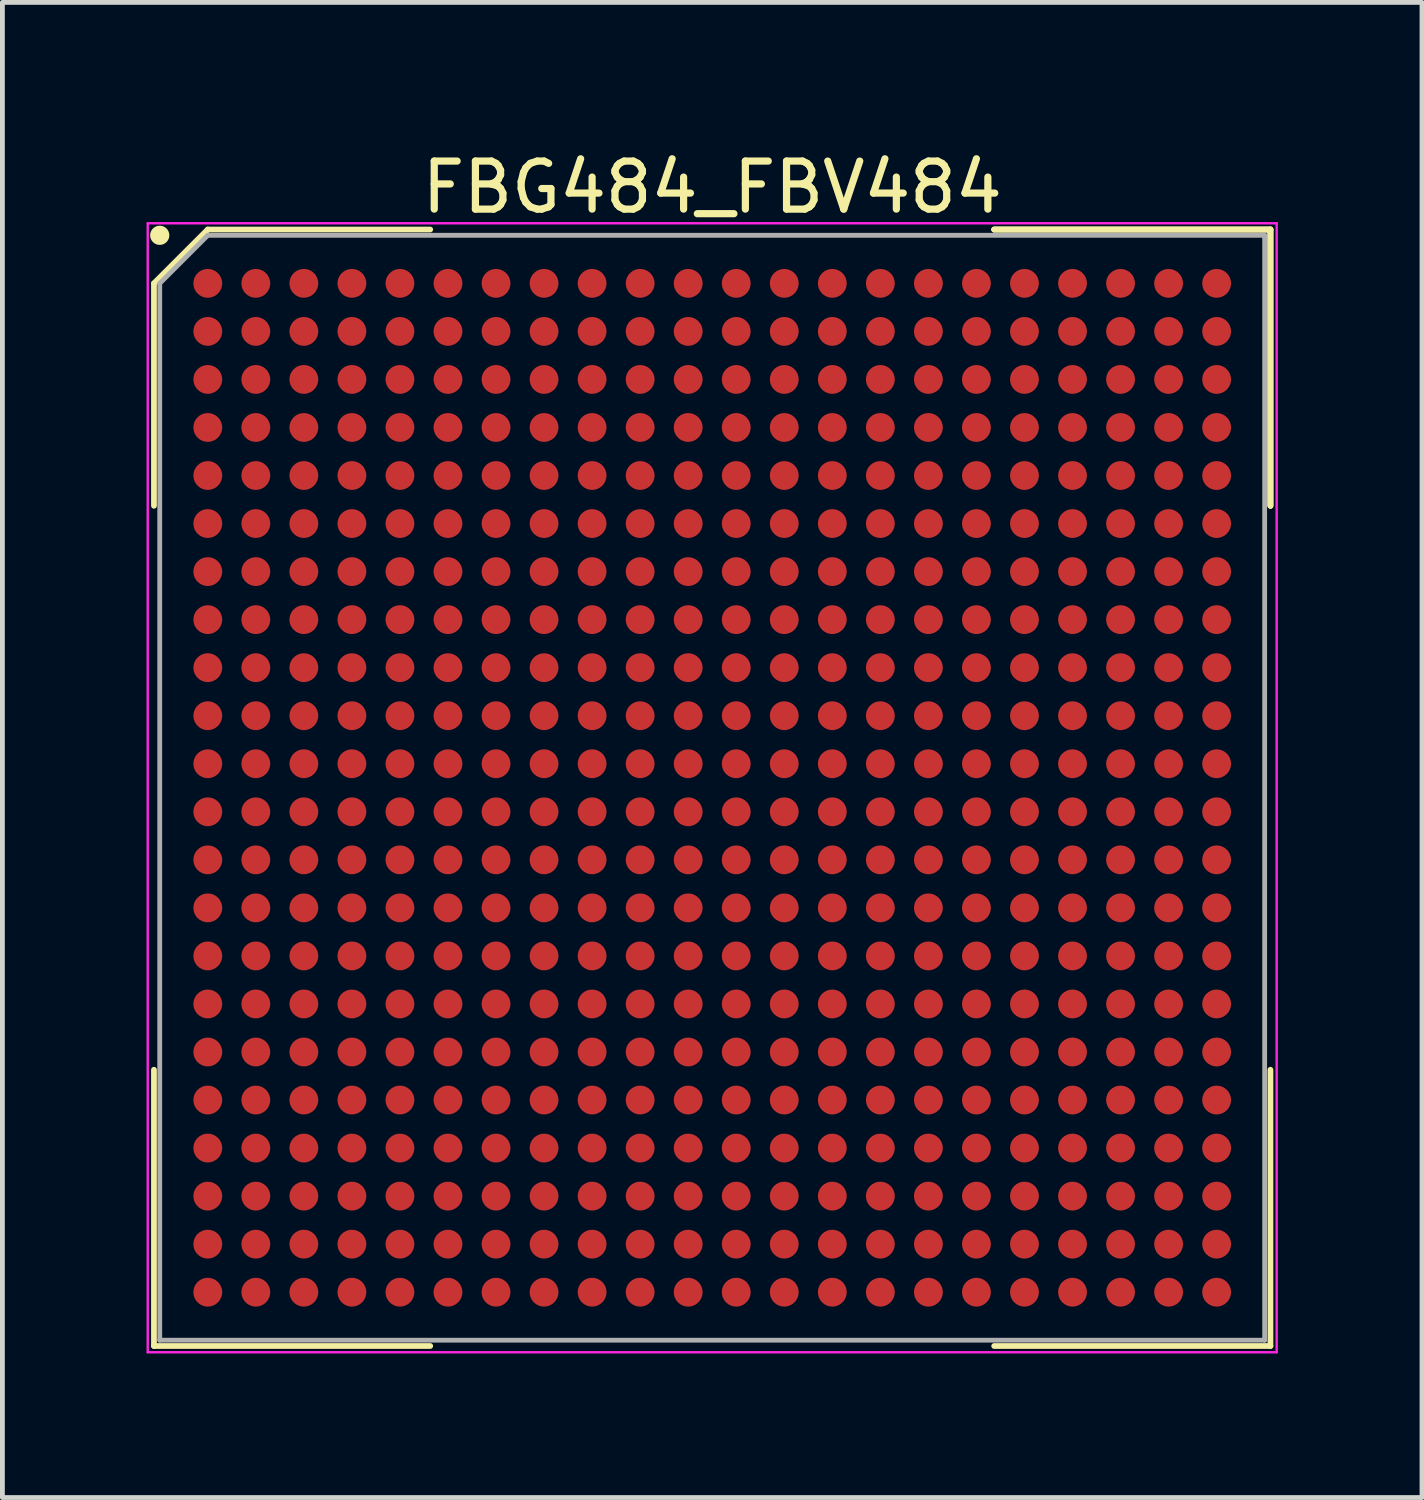
<source format=kicad_pcb>
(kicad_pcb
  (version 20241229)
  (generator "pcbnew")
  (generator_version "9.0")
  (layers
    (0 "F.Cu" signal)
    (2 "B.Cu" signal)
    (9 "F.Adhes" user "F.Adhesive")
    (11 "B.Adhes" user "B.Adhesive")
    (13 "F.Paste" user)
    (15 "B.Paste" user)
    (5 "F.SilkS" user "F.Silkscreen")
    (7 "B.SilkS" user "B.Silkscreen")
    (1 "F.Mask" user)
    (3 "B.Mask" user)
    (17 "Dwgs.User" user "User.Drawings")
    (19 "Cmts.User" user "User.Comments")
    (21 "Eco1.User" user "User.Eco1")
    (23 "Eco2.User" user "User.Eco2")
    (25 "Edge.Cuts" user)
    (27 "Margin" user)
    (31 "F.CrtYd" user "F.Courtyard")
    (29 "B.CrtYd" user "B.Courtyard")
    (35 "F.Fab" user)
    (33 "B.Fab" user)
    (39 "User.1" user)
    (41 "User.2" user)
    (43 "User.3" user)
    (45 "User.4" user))
  (footprint "FBG484_FBV484"
    (layer "F.Cu")
    (at 11.775 13.348)
    (property "Reference" "FBG484_FBV484" (at 0 -12.5 0) (layer "F.SilkS") (effects (font (size 1 1) (thickness 0.15))))
    (attr smd)
    (fp_line (start -11.62 -10.5) (end -11.62 -5.87) (stroke (width 0.12) (type solid)) (layer "F.SilkS"))
    (fp_line (start -11.62 11.62) (end -11.62 5.87) (stroke (width 0.12) (type solid)) (layer "F.SilkS"))
    (fp_line (start -10.5 -11.62) (end -11.62 -10.5) (stroke (width 0.12) (type solid)) (layer "F.SilkS"))
    (fp_line (start -5.87 -11.62) (end -10.5 -11.62) (stroke (width 0.12) (type solid)) (layer "F.SilkS"))
    (fp_line (start -5.87 11.62) (end -11.62 11.62) (stroke (width 0.12) (type solid)) (layer "F.SilkS"))
    (fp_line (start 5.87 -11.62) (end 11.62 -11.62) (stroke (width 0.12) (type solid)) (layer "F.SilkS"))
    (fp_line (start 5.87 -11.62) (end 11.62 -11.62) (stroke (width 0.12) (type solid)) (layer "F.SilkS"))
    (fp_line (start 5.87 -11.62) (end 11.62 -11.62) (stroke (width 0.12) (type solid)) (layer "F.SilkS"))
    (fp_line (start 5.87 11.62) (end 11.62 11.62) (stroke (width 0.12) (type solid)) (layer "F.SilkS"))
    (fp_line (start 11.62 -11.62) (end 11.62 -5.87) (stroke (width 0.12) (type solid)) (layer "F.SilkS"))
    (fp_line (start 11.62 -11.62) (end 11.62 -5.87) (stroke (width 0.12) (type solid)) (layer "F.SilkS"))
    (fp_line (start 11.62 -11.62) (end 11.62 -5.87) (stroke (width 0.12) (type solid)) (layer "F.SilkS"))
    (fp_line (start 11.62 11.62) (end 11.62 5.87) (stroke (width 0.12) (type solid)) (layer "F.SilkS"))
    (fp_circle (center -11.5 -11.5) (end -11.5 -11.4) (stroke (width 0.2) (type solid)) (fill no) (layer "F.SilkS"))
    (fp_line (start -11.75 -11.75) (end 11.75 -11.75) (stroke (width 0.05) (type solid)) (layer "F.CrtYd"))
    (fp_line (start -11.75 11.75) (end -11.75 -11.75) (stroke (width 0.05) (type solid)) (layer "F.CrtYd"))
    (fp_line (start 11.75 -11.75) (end 11.75 11.75) (stroke (width 0.05) (type solid)) (layer "F.CrtYd"))
    (fp_line (start 11.75 11.75) (end -11.75 11.75) (stroke (width 0.05) (type solid)) (layer "F.CrtYd"))
    (fp_line (start -11.5 -10.5) (end -11.5 11.5) (stroke (width 0.1) (type solid)) (layer "F.Fab"))
    (fp_line (start -11.5 11.5) (end 11.5 11.5) (stroke (width 0.1) (type solid)) (layer "F.Fab"))
    (fp_line (start -10.5 -11.5) (end -11.5 -10.5) (stroke (width 0.1) (type solid)) (layer "F.Fab"))
    (fp_line (start 11.5 -11.5) (end -10.5 -11.5) (stroke (width 0.1) (type solid)) (layer "F.Fab"))
    (fp_line (start 11.5 11.5) (end 11.5 -11.5) (stroke (width 0.1) (type solid)) (layer "F.Fab"))
    (pad "A1" smd circle (at -10.5 -10.5) (size 0.6 0.6) (layers "F.Cu" "F.Mask" "F.Paste"))
    (pad "A2" smd circle (at -9.5 -10.5) (size 0.6 0.6) (layers "F.Cu" "F.Mask" "F.Paste"))
    (pad "A3" smd circle (at -8.5 -10.5) (size 0.6 0.6) (layers "F.Cu" "F.Mask" "F.Paste"))
    (pad "A4" smd circle (at -7.5 -10.5) (size 0.6 0.6) (layers "F.Cu" "F.Mask" "F.Paste"))
    (pad "A5" smd circle (at -6.5 -10.5) (size 0.6 0.6) (layers "F.Cu" "F.Mask" "F.Paste"))
    (pad "A6" smd circle (at -5.5 -10.5) (size 0.6 0.6) (layers "F.Cu" "F.Mask" "F.Paste"))
    (pad "A7" smd circle (at -4.5 -10.5) (size 0.6 0.6) (layers "F.Cu" "F.Mask" "F.Paste"))
    (pad "A8" smd circle (at -3.5 -10.5) (size 0.6 0.6) (layers "F.Cu" "F.Mask" "F.Paste"))
    (pad "A9" smd circle (at -2.5 -10.5) (size 0.6 0.6) (layers "F.Cu" "F.Mask" "F.Paste"))
    (pad "A10" smd circle (at -1.5 -10.5) (size 0.6 0.6) (layers "F.Cu" "F.Mask" "F.Paste"))
    (pad "A11" smd circle (at -0.5 -10.5) (size 0.6 0.6) (layers "F.Cu" "F.Mask" "F.Paste"))
    (pad "A12" smd circle (at 0.5 -10.5) (size 0.6 0.6) (layers "F.Cu" "F.Mask" "F.Paste"))
    (pad "A13" smd circle (at 1.5 -10.5) (size 0.6 0.6) (layers "F.Cu" "F.Mask" "F.Paste"))
    (pad "A14" smd circle (at 2.5 -10.5) (size 0.6 0.6) (layers "F.Cu" "F.Mask" "F.Paste"))
    (pad "A15" smd circle (at 3.5 -10.5) (size 0.6 0.6) (layers "F.Cu" "F.Mask" "F.Paste"))
    (pad "A16" smd circle (at 4.5 -10.5) (size 0.6 0.6) (layers "F.Cu" "F.Mask" "F.Paste"))
    (pad "A17" smd circle (at 5.5 -10.5) (size 0.6 0.6) (layers "F.Cu" "F.Mask" "F.Paste"))
    (pad "A18" smd circle (at 6.5 -10.5) (size 0.6 0.6) (layers "F.Cu" "F.Mask" "F.Paste"))
    (pad "A19" smd circle (at 7.5 -10.5) (size 0.6 0.6) (layers "F.Cu" "F.Mask" "F.Paste"))
    (pad "A20" smd circle (at 8.5 -10.5) (size 0.6 0.6) (layers "F.Cu" "F.Mask" "F.Paste"))
    (pad "A21" smd circle (at 9.5 -10.5) (size 0.6 0.6) (layers "F.Cu" "F.Mask" "F.Paste"))
    (pad "A22" smd circle (at 10.5 -10.5) (size 0.6 0.6) (layers "F.Cu" "F.Mask" "F.Paste"))
    (pad "AA1" smd circle (at -10.5 9.5) (size 0.6 0.6) (layers "F.Cu" "F.Mask" "F.Paste"))
    (pad "AA2" smd circle (at -9.5 9.5) (size 0.6 0.6) (layers "F.Cu" "F.Mask" "F.Paste"))
    (pad "AA3" smd circle (at -8.5 9.5) (size 0.6 0.6) (layers "F.Cu" "F.Mask" "F.Paste"))
    (pad "AA4" smd circle (at -7.5 9.5) (size 0.6 0.6) (layers "F.Cu" "F.Mask" "F.Paste"))
    (pad "AA5" smd circle (at -6.5 9.5) (size 0.6 0.6) (layers "F.Cu" "F.Mask" "F.Paste"))
    (pad "AA6" smd circle (at -5.5 9.5) (size 0.6 0.6) (layers "F.Cu" "F.Mask" "F.Paste"))
    (pad "AA7" smd circle (at -4.5 9.5) (size 0.6 0.6) (layers "F.Cu" "F.Mask" "F.Paste"))
    (pad "AA8" smd circle (at -3.5 9.5) (size 0.6 0.6) (layers "F.Cu" "F.Mask" "F.Paste"))
    (pad "AA9" smd circle (at -2.5 9.5) (size 0.6 0.6) (layers "F.Cu" "F.Mask" "F.Paste"))
    (pad "AA10" smd circle (at -1.5 9.5) (size 0.6 0.6) (layers "F.Cu" "F.Mask" "F.Paste"))
    (pad "AA11" smd circle (at -0.5 9.5) (size 0.6 0.6) (layers "F.Cu" "F.Mask" "F.Paste"))
    (pad "AA12" smd circle (at 0.5 9.5) (size 0.6 0.6) (layers "F.Cu" "F.Mask" "F.Paste"))
    (pad "AA13" smd circle (at 1.5 9.5) (size 0.6 0.6) (layers "F.Cu" "F.Mask" "F.Paste"))
    (pad "AA14" smd circle (at 2.5 9.5) (size 0.6 0.6) (layers "F.Cu" "F.Mask" "F.Paste"))
    (pad "AA15" smd circle (at 3.5 9.5) (size 0.6 0.6) (layers "F.Cu" "F.Mask" "F.Paste"))
    (pad "AA16" smd circle (at 4.5 9.5) (size 0.6 0.6) (layers "F.Cu" "F.Mask" "F.Paste"))
    (pad "AA17" smd circle (at 5.5 9.5) (size 0.6 0.6) (layers "F.Cu" "F.Mask" "F.Paste"))
    (pad "AA18" smd circle (at 6.5 9.5) (size 0.6 0.6) (layers "F.Cu" "F.Mask" "F.Paste"))
    (pad "AA19" smd circle (at 7.5 9.5) (size 0.6 0.6) (layers "F.Cu" "F.Mask" "F.Paste"))
    (pad "AA20" smd circle (at 8.5 9.5) (size 0.6 0.6) (layers "F.Cu" "F.Mask" "F.Paste"))
    (pad "AA21" smd circle (at 9.5 9.5) (size 0.6 0.6) (layers "F.Cu" "F.Mask" "F.Paste"))
    (pad "AA22" smd circle (at 10.5 9.5) (size 0.6 0.6) (layers "F.Cu" "F.Mask" "F.Paste"))
    (pad "AB1" smd circle (at -10.5 10.5) (size 0.6 0.6) (layers "F.Cu" "F.Mask" "F.Paste"))
    (pad "AB2" smd circle (at -9.5 10.5) (size 0.6 0.6) (layers "F.Cu" "F.Mask" "F.Paste"))
    (pad "AB3" smd circle (at -8.5 10.5) (size 0.6 0.6) (layers "F.Cu" "F.Mask" "F.Paste"))
    (pad "AB4" smd circle (at -7.5 10.5) (size 0.6 0.6) (layers "F.Cu" "F.Mask" "F.Paste"))
    (pad "AB5" smd circle (at -6.5 10.5) (size 0.6 0.6) (layers "F.Cu" "F.Mask" "F.Paste"))
    (pad "AB6" smd circle (at -5.5 10.5) (size 0.6 0.6) (layers "F.Cu" "F.Mask" "F.Paste"))
    (pad "AB7" smd circle (at -4.5 10.5) (size 0.6 0.6) (layers "F.Cu" "F.Mask" "F.Paste"))
    (pad "AB8" smd circle (at -3.5 10.5) (size 0.6 0.6) (layers "F.Cu" "F.Mask" "F.Paste"))
    (pad "AB9" smd circle (at -2.5 10.5) (size 0.6 0.6) (layers "F.Cu" "F.Mask" "F.Paste"))
    (pad "AB10" smd circle (at -1.5 10.5) (size 0.6 0.6) (layers "F.Cu" "F.Mask" "F.Paste"))
    (pad "AB11" smd circle (at -0.5 10.5) (size 0.6 0.6) (layers "F.Cu" "F.Mask" "F.Paste"))
    (pad "AB12" smd circle (at 0.5 10.5) (size 0.6 0.6) (layers "F.Cu" "F.Mask" "F.Paste"))
    (pad "AB13" smd circle (at 1.5 10.5) (size 0.6 0.6) (layers "F.Cu" "F.Mask" "F.Paste"))
    (pad "AB14" smd circle (at 2.5 10.5) (size 0.6 0.6) (layers "F.Cu" "F.Mask" "F.Paste"))
    (pad "AB15" smd circle (at 3.5 10.5) (size 0.6 0.6) (layers "F.Cu" "F.Mask" "F.Paste"))
    (pad "AB16" smd circle (at 4.5 10.5) (size 0.6 0.6) (layers "F.Cu" "F.Mask" "F.Paste"))
    (pad "AB17" smd circle (at 5.5 10.5) (size 0.6 0.6) (layers "F.Cu" "F.Mask" "F.Paste"))
    (pad "AB18" smd circle (at 6.5 10.5) (size 0.6 0.6) (layers "F.Cu" "F.Mask" "F.Paste"))
    (pad "AB19" smd circle (at 7.5 10.5) (size 0.6 0.6) (layers "F.Cu" "F.Mask" "F.Paste"))
    (pad "AB20" smd circle (at 8.5 10.5) (size 0.6 0.6) (layers "F.Cu" "F.Mask" "F.Paste"))
    (pad "AB21" smd circle (at 9.5 10.5) (size 0.6 0.6) (layers "F.Cu" "F.Mask" "F.Paste"))
    (pad "AB22" smd circle (at 10.5 10.5) (size 0.6 0.6) (layers "F.Cu" "F.Mask" "F.Paste"))
    (pad "B1" smd circle (at -10.5 -9.5) (size 0.6 0.6) (layers "F.Cu" "F.Mask" "F.Paste"))
    (pad "B2" smd circle (at -9.5 -9.5) (size 0.6 0.6) (layers "F.Cu" "F.Mask" "F.Paste"))
    (pad "B3" smd circle (at -8.5 -9.5) (size 0.6 0.6) (layers "F.Cu" "F.Mask" "F.Paste"))
    (pad "B4" smd circle (at -7.5 -9.5) (size 0.6 0.6) (layers "F.Cu" "F.Mask" "F.Paste"))
    (pad "B5" smd circle (at -6.5 -9.5) (size 0.6 0.6) (layers "F.Cu" "F.Mask" "F.Paste"))
    (pad "B6" smd circle (at -5.5 -9.5) (size 0.6 0.6) (layers "F.Cu" "F.Mask" "F.Paste"))
    (pad "B7" smd circle (at -4.5 -9.5) (size 0.6 0.6) (layers "F.Cu" "F.Mask" "F.Paste"))
    (pad "B8" smd circle (at -3.5 -9.5) (size 0.6 0.6) (layers "F.Cu" "F.Mask" "F.Paste"))
    (pad "B9" smd circle (at -2.5 -9.5) (size 0.6 0.6) (layers "F.Cu" "F.Mask" "F.Paste"))
    (pad "B10" smd circle (at -1.5 -9.5) (size 0.6 0.6) (layers "F.Cu" "F.Mask" "F.Paste"))
    (pad "B11" smd circle (at -0.5 -9.5) (size 0.6 0.6) (layers "F.Cu" "F.Mask" "F.Paste"))
    (pad "B12" smd circle (at 0.5 -9.5) (size 0.6 0.6) (layers "F.Cu" "F.Mask" "F.Paste"))
    (pad "B13" smd circle (at 1.5 -9.5) (size 0.6 0.6) (layers "F.Cu" "F.Mask" "F.Paste"))
    (pad "B14" smd circle (at 2.5 -9.5) (size 0.6 0.6) (layers "F.Cu" "F.Mask" "F.Paste"))
    (pad "B15" smd circle (at 3.5 -9.5) (size 0.6 0.6) (layers "F.Cu" "F.Mask" "F.Paste"))
    (pad "B16" smd circle (at 4.5 -9.5) (size 0.6 0.6) (layers "F.Cu" "F.Mask" "F.Paste"))
    (pad "B17" smd circle (at 5.5 -9.5) (size 0.6 0.6) (layers "F.Cu" "F.Mask" "F.Paste"))
    (pad "B18" smd circle (at 6.5 -9.5) (size 0.6 0.6) (layers "F.Cu" "F.Mask" "F.Paste"))
    (pad "B19" smd circle (at 7.5 -9.5) (size 0.6 0.6) (layers "F.Cu" "F.Mask" "F.Paste"))
    (pad "B20" smd circle (at 8.5 -9.5) (size 0.6 0.6) (layers "F.Cu" "F.Mask" "F.Paste"))
    (pad "B21" smd circle (at 9.5 -9.5) (size 0.6 0.6) (layers "F.Cu" "F.Mask" "F.Paste"))
    (pad "B22" smd circle (at 10.5 -9.5) (size 0.6 0.6) (layers "F.Cu" "F.Mask" "F.Paste"))
    (pad "C1" smd circle (at -10.5 -8.5) (size 0.6 0.6) (layers "F.Cu" "F.Mask" "F.Paste"))
    (pad "C2" smd circle (at -9.5 -8.5) (size 0.6 0.6) (layers "F.Cu" "F.Mask" "F.Paste"))
    (pad "C3" smd circle (at -8.5 -8.5) (size 0.6 0.6) (layers "F.Cu" "F.Mask" "F.Paste"))
    (pad "C4" smd circle (at -7.5 -8.5) (size 0.6 0.6) (layers "F.Cu" "F.Mask" "F.Paste"))
    (pad "C5" smd circle (at -6.5 -8.5) (size 0.6 0.6) (layers "F.Cu" "F.Mask" "F.Paste"))
    (pad "C6" smd circle (at -5.5 -8.5) (size 0.6 0.6) (layers "F.Cu" "F.Mask" "F.Paste"))
    (pad "C7" smd circle (at -4.5 -8.5) (size 0.6 0.6) (layers "F.Cu" "F.Mask" "F.Paste"))
    (pad "C8" smd circle (at -3.5 -8.5) (size 0.6 0.6) (layers "F.Cu" "F.Mask" "F.Paste"))
    (pad "C9" smd circle (at -2.5 -8.5) (size 0.6 0.6) (layers "F.Cu" "F.Mask" "F.Paste"))
    (pad "C10" smd circle (at -1.5 -8.5) (size 0.6 0.6) (layers "F.Cu" "F.Mask" "F.Paste"))
    (pad "C11" smd circle (at -0.5 -8.5) (size 0.6 0.6) (layers "F.Cu" "F.Mask" "F.Paste"))
    (pad "C12" smd circle (at 0.5 -8.5) (size 0.6 0.6) (layers "F.Cu" "F.Mask" "F.Paste"))
    (pad "C13" smd circle (at 1.5 -8.5) (size 0.6 0.6) (layers "F.Cu" "F.Mask" "F.Paste"))
    (pad "C14" smd circle (at 2.5 -8.5) (size 0.6 0.6) (layers "F.Cu" "F.Mask" "F.Paste"))
    (pad "C15" smd circle (at 3.5 -8.5) (size 0.6 0.6) (layers "F.Cu" "F.Mask" "F.Paste"))
    (pad "C16" smd circle (at 4.5 -8.5) (size 0.6 0.6) (layers "F.Cu" "F.Mask" "F.Paste"))
    (pad "C17" smd circle (at 5.5 -8.5) (size 0.6 0.6) (layers "F.Cu" "F.Mask" "F.Paste"))
    (pad "C18" smd circle (at 6.5 -8.5) (size 0.6 0.6) (layers "F.Cu" "F.Mask" "F.Paste"))
    (pad "C19" smd circle (at 7.5 -8.5) (size 0.6 0.6) (layers "F.Cu" "F.Mask" "F.Paste"))
    (pad "C20" smd circle (at 8.5 -8.5) (size 0.6 0.6) (layers "F.Cu" "F.Mask" "F.Paste"))
    (pad "C21" smd circle (at 9.5 -8.5) (size 0.6 0.6) (layers "F.Cu" "F.Mask" "F.Paste"))
    (pad "C22" smd circle (at 10.5 -8.5) (size 0.6 0.6) (layers "F.Cu" "F.Mask" "F.Paste"))
    (pad "D1" smd circle (at -10.5 -7.5) (size 0.6 0.6) (layers "F.Cu" "F.Mask" "F.Paste"))
    (pad "D2" smd circle (at -9.5 -7.5) (size 0.6 0.6) (layers "F.Cu" "F.Mask" "F.Paste"))
    (pad "D3" smd circle (at -8.5 -7.5) (size 0.6 0.6) (layers "F.Cu" "F.Mask" "F.Paste"))
    (pad "D4" smd circle (at -7.5 -7.5) (size 0.6 0.6) (layers "F.Cu" "F.Mask" "F.Paste"))
    (pad "D5" smd circle (at -6.5 -7.5) (size 0.6 0.6) (layers "F.Cu" "F.Mask" "F.Paste"))
    (pad "D6" smd circle (at -5.5 -7.5) (size 0.6 0.6) (layers "F.Cu" "F.Mask" "F.Paste"))
    (pad "D7" smd circle (at -4.5 -7.5) (size 0.6 0.6) (layers "F.Cu" "F.Mask" "F.Paste"))
    (pad "D8" smd circle (at -3.5 -7.5) (size 0.6 0.6) (layers "F.Cu" "F.Mask" "F.Paste"))
    (pad "D9" smd circle (at -2.5 -7.5) (size 0.6 0.6) (layers "F.Cu" "F.Mask" "F.Paste"))
    (pad "D10" smd circle (at -1.5 -7.5) (size 0.6 0.6) (layers "F.Cu" "F.Mask" "F.Paste"))
    (pad "D11" smd circle (at -0.5 -7.5) (size 0.6 0.6) (layers "F.Cu" "F.Mask" "F.Paste"))
    (pad "D12" smd circle (at 0.5 -7.5) (size 0.6 0.6) (layers "F.Cu" "F.Mask" "F.Paste"))
    (pad "D13" smd circle (at 1.5 -7.5) (size 0.6 0.6) (layers "F.Cu" "F.Mask" "F.Paste"))
    (pad "D14" smd circle (at 2.5 -7.5) (size 0.6 0.6) (layers "F.Cu" "F.Mask" "F.Paste"))
    (pad "D15" smd circle (at 3.5 -7.5) (size 0.6 0.6) (layers "F.Cu" "F.Mask" "F.Paste"))
    (pad "D16" smd circle (at 4.5 -7.5) (size 0.6 0.6) (layers "F.Cu" "F.Mask" "F.Paste"))
    (pad "D17" smd circle (at 5.5 -7.5) (size 0.6 0.6) (layers "F.Cu" "F.Mask" "F.Paste"))
    (pad "D18" smd circle (at 6.5 -7.5) (size 0.6 0.6) (layers "F.Cu" "F.Mask" "F.Paste"))
    (pad "D19" smd circle (at 7.5 -7.5) (size 0.6 0.6) (layers "F.Cu" "F.Mask" "F.Paste"))
    (pad "D20" smd circle (at 8.5 -7.5) (size 0.6 0.6) (layers "F.Cu" "F.Mask" "F.Paste"))
    (pad "D21" smd circle (at 9.5 -7.5) (size 0.6 0.6) (layers "F.Cu" "F.Mask" "F.Paste"))
    (pad "D22" smd circle (at 10.5 -7.5) (size 0.6 0.6) (layers "F.Cu" "F.Mask" "F.Paste"))
    (pad "E1" smd circle (at -10.5 -6.5) (size 0.6 0.6) (layers "F.Cu" "F.Mask" "F.Paste"))
    (pad "E2" smd circle (at -9.5 -6.5) (size 0.6 0.6) (layers "F.Cu" "F.Mask" "F.Paste"))
    (pad "E3" smd circle (at -8.5 -6.5) (size 0.6 0.6) (layers "F.Cu" "F.Mask" "F.Paste"))
    (pad "E4" smd circle (at -7.5 -6.5) (size 0.6 0.6) (layers "F.Cu" "F.Mask" "F.Paste"))
    (pad "E5" smd circle (at -6.5 -6.5) (size 0.6 0.6) (layers "F.Cu" "F.Mask" "F.Paste"))
    (pad "E6" smd circle (at -5.5 -6.5) (size 0.6 0.6) (layers "F.Cu" "F.Mask" "F.Paste"))
    (pad "E7" smd circle (at -4.5 -6.5) (size 0.6 0.6) (layers "F.Cu" "F.Mask" "F.Paste"))
    (pad "E8" smd circle (at -3.5 -6.5) (size 0.6 0.6) (layers "F.Cu" "F.Mask" "F.Paste"))
    (pad "E9" smd circle (at -2.5 -6.5) (size 0.6 0.6) (layers "F.Cu" "F.Mask" "F.Paste"))
    (pad "E10" smd circle (at -1.5 -6.5) (size 0.6 0.6) (layers "F.Cu" "F.Mask" "F.Paste"))
    (pad "E11" smd circle (at -0.5 -6.5) (size 0.6 0.6) (layers "F.Cu" "F.Mask" "F.Paste"))
    (pad "E12" smd circle (at 0.5 -6.5) (size 0.6 0.6) (layers "F.Cu" "F.Mask" "F.Paste"))
    (pad "E13" smd circle (at 1.5 -6.5) (size 0.6 0.6) (layers "F.Cu" "F.Mask" "F.Paste"))
    (pad "E14" smd circle (at 2.5 -6.5) (size 0.6 0.6) (layers "F.Cu" "F.Mask" "F.Paste"))
    (pad "E15" smd circle (at 3.5 -6.5) (size 0.6 0.6) (layers "F.Cu" "F.Mask" "F.Paste"))
    (pad "E16" smd circle (at 4.5 -6.5) (size 0.6 0.6) (layers "F.Cu" "F.Mask" "F.Paste"))
    (pad "E17" smd circle (at 5.5 -6.5) (size 0.6 0.6) (layers "F.Cu" "F.Mask" "F.Paste"))
    (pad "E18" smd circle (at 6.5 -6.5) (size 0.6 0.6) (layers "F.Cu" "F.Mask" "F.Paste"))
    (pad "E19" smd circle (at 7.5 -6.5) (size 0.6 0.6) (layers "F.Cu" "F.Mask" "F.Paste"))
    (pad "E20" smd circle (at 8.5 -6.5) (size 0.6 0.6) (layers "F.Cu" "F.Mask" "F.Paste"))
    (pad "E21" smd circle (at 9.5 -6.5) (size 0.6 0.6) (layers "F.Cu" "F.Mask" "F.Paste"))
    (pad "E22" smd circle (at 10.5 -6.5) (size 0.6 0.6) (layers "F.Cu" "F.Mask" "F.Paste"))
    (pad "F1" smd circle (at -10.5 -5.5) (size 0.6 0.6) (layers "F.Cu" "F.Mask" "F.Paste"))
    (pad "F2" smd circle (at -9.5 -5.5) (size 0.6 0.6) (layers "F.Cu" "F.Mask" "F.Paste"))
    (pad "F3" smd circle (at -8.5 -5.5) (size 0.6 0.6) (layers "F.Cu" "F.Mask" "F.Paste"))
    (pad "F4" smd circle (at -7.5 -5.5) (size 0.6 0.6) (layers "F.Cu" "F.Mask" "F.Paste"))
    (pad "F5" smd circle (at -6.5 -5.5) (size 0.6 0.6) (layers "F.Cu" "F.Mask" "F.Paste"))
    (pad "F6" smd circle (at -5.5 -5.5) (size 0.6 0.6) (layers "F.Cu" "F.Mask" "F.Paste"))
    (pad "F7" smd circle (at -4.5 -5.5) (size 0.6 0.6) (layers "F.Cu" "F.Mask" "F.Paste"))
    (pad "F8" smd circle (at -3.5 -5.5) (size 0.6 0.6) (layers "F.Cu" "F.Mask" "F.Paste"))
    (pad "F9" smd circle (at -2.5 -5.5) (size 0.6 0.6) (layers "F.Cu" "F.Mask" "F.Paste"))
    (pad "F10" smd circle (at -1.5 -5.5) (size 0.6 0.6) (layers "F.Cu" "F.Mask" "F.Paste"))
    (pad "F11" smd circle (at -0.5 -5.5) (size 0.6 0.6) (layers "F.Cu" "F.Mask" "F.Paste"))
    (pad "F12" smd circle (at 0.5 -5.5) (size 0.6 0.6) (layers "F.Cu" "F.Mask" "F.Paste"))
    (pad "F13" smd circle (at 1.5 -5.5) (size 0.6 0.6) (layers "F.Cu" "F.Mask" "F.Paste"))
    (pad "F14" smd circle (at 2.5 -5.5) (size 0.6 0.6) (layers "F.Cu" "F.Mask" "F.Paste"))
    (pad "F15" smd circle (at 3.5 -5.5) (size 0.6 0.6) (layers "F.Cu" "F.Mask" "F.Paste"))
    (pad "F16" smd circle (at 4.5 -5.5) (size 0.6 0.6) (layers "F.Cu" "F.Mask" "F.Paste"))
    (pad "F17" smd circle (at 5.5 -5.5) (size 0.6 0.6) (layers "F.Cu" "F.Mask" "F.Paste"))
    (pad "F18" smd circle (at 6.5 -5.5) (size 0.6 0.6) (layers "F.Cu" "F.Mask" "F.Paste"))
    (pad "F19" smd circle (at 7.5 -5.5) (size 0.6 0.6) (layers "F.Cu" "F.Mask" "F.Paste"))
    (pad "F20" smd circle (at 8.5 -5.5) (size 0.6 0.6) (layers "F.Cu" "F.Mask" "F.Paste"))
    (pad "F21" smd circle (at 9.5 -5.5) (size 0.6 0.6) (layers "F.Cu" "F.Mask" "F.Paste"))
    (pad "F22" smd circle (at 10.5 -5.5) (size 0.6 0.6) (layers "F.Cu" "F.Mask" "F.Paste"))
    (pad "G1" smd circle (at -10.5 -4.5) (size 0.6 0.6) (layers "F.Cu" "F.Mask" "F.Paste"))
    (pad "G2" smd circle (at -9.5 -4.5) (size 0.6 0.6) (layers "F.Cu" "F.Mask" "F.Paste"))
    (pad "G3" smd circle (at -8.5 -4.5) (size 0.6 0.6) (layers "F.Cu" "F.Mask" "F.Paste"))
    (pad "G4" smd circle (at -7.5 -4.5) (size 0.6 0.6) (layers "F.Cu" "F.Mask" "F.Paste"))
    (pad "G5" smd circle (at -6.5 -4.5) (size 0.6 0.6) (layers "F.Cu" "F.Mask" "F.Paste"))
    (pad "G6" smd circle (at -5.5 -4.5) (size 0.6 0.6) (layers "F.Cu" "F.Mask" "F.Paste"))
    (pad "G7" smd circle (at -4.5 -4.5) (size 0.6 0.6) (layers "F.Cu" "F.Mask" "F.Paste"))
    (pad "G8" smd circle (at -3.5 -4.5) (size 0.6 0.6) (layers "F.Cu" "F.Mask" "F.Paste"))
    (pad "G9" smd circle (at -2.5 -4.5) (size 0.6 0.6) (layers "F.Cu" "F.Mask" "F.Paste"))
    (pad "G10" smd circle (at -1.5 -4.5) (size 0.6 0.6) (layers "F.Cu" "F.Mask" "F.Paste"))
    (pad "G11" smd circle (at -0.5 -4.5) (size 0.6 0.6) (layers "F.Cu" "F.Mask" "F.Paste"))
    (pad "G12" smd circle (at 0.5 -4.5) (size 0.6 0.6) (layers "F.Cu" "F.Mask" "F.Paste"))
    (pad "G13" smd circle (at 1.5 -4.5) (size 0.6 0.6) (layers "F.Cu" "F.Mask" "F.Paste"))
    (pad "G14" smd circle (at 2.5 -4.5) (size 0.6 0.6) (layers "F.Cu" "F.Mask" "F.Paste"))
    (pad "G15" smd circle (at 3.5 -4.5) (size 0.6 0.6) (layers "F.Cu" "F.Mask" "F.Paste"))
    (pad "G16" smd circle (at 4.5 -4.5) (size 0.6 0.6) (layers "F.Cu" "F.Mask" "F.Paste"))
    (pad "G17" smd circle (at 5.5 -4.5) (size 0.6 0.6) (layers "F.Cu" "F.Mask" "F.Paste"))
    (pad "G18" smd circle (at 6.5 -4.5) (size 0.6 0.6) (layers "F.Cu" "F.Mask" "F.Paste"))
    (pad "G19" smd circle (at 7.5 -4.5) (size 0.6 0.6) (layers "F.Cu" "F.Mask" "F.Paste"))
    (pad "G20" smd circle (at 8.5 -4.5) (size 0.6 0.6) (layers "F.Cu" "F.Mask" "F.Paste"))
    (pad "G21" smd circle (at 9.5 -4.5) (size 0.6 0.6) (layers "F.Cu" "F.Mask" "F.Paste"))
    (pad "G22" smd circle (at 10.5 -4.5) (size 0.6 0.6) (layers "F.Cu" "F.Mask" "F.Paste"))
    (pad "H1" smd circle (at -10.5 -3.5) (size 0.6 0.6) (layers "F.Cu" "F.Mask" "F.Paste"))
    (pad "H2" smd circle (at -9.5 -3.5) (size 0.6 0.6) (layers "F.Cu" "F.Mask" "F.Paste"))
    (pad "H3" smd circle (at -8.5 -3.5) (size 0.6 0.6) (layers "F.Cu" "F.Mask" "F.Paste"))
    (pad "H4" smd circle (at -7.5 -3.5) (size 0.6 0.6) (layers "F.Cu" "F.Mask" "F.Paste"))
    (pad "H5" smd circle (at -6.5 -3.5) (size 0.6 0.6) (layers "F.Cu" "F.Mask" "F.Paste"))
    (pad "H6" smd circle (at -5.5 -3.5) (size 0.6 0.6) (layers "F.Cu" "F.Mask" "F.Paste"))
    (pad "H7" smd circle (at -4.5 -3.5) (size 0.6 0.6) (layers "F.Cu" "F.Mask" "F.Paste"))
    (pad "H8" smd circle (at -3.5 -3.5) (size 0.6 0.6) (layers "F.Cu" "F.Mask" "F.Paste"))
    (pad "H9" smd circle (at -2.5 -3.5) (size 0.6 0.6) (layers "F.Cu" "F.Mask" "F.Paste"))
    (pad "H10" smd circle (at -1.5 -3.5) (size 0.6 0.6) (layers "F.Cu" "F.Mask" "F.Paste"))
    (pad "H11" smd circle (at -0.5 -3.5) (size 0.6 0.6) (layers "F.Cu" "F.Mask" "F.Paste"))
    (pad "H12" smd circle (at 0.5 -3.5) (size 0.6 0.6) (layers "F.Cu" "F.Mask" "F.Paste"))
    (pad "H13" smd circle (at 1.5 -3.5) (size 0.6 0.6) (layers "F.Cu" "F.Mask" "F.Paste"))
    (pad "H14" smd circle (at 2.5 -3.5) (size 0.6 0.6) (layers "F.Cu" "F.Mask" "F.Paste"))
    (pad "H15" smd circle (at 3.5 -3.5) (size 0.6 0.6) (layers "F.Cu" "F.Mask" "F.Paste"))
    (pad "H16" smd circle (at 4.5 -3.5) (size 0.6 0.6) (layers "F.Cu" "F.Mask" "F.Paste"))
    (pad "H17" smd circle (at 5.5 -3.5) (size 0.6 0.6) (layers "F.Cu" "F.Mask" "F.Paste"))
    (pad "H18" smd circle (at 6.5 -3.5) (size 0.6 0.6) (layers "F.Cu" "F.Mask" "F.Paste"))
    (pad "H19" smd circle (at 7.5 -3.5) (size 0.6 0.6) (layers "F.Cu" "F.Mask" "F.Paste"))
    (pad "H20" smd circle (at 8.5 -3.5) (size 0.6 0.6) (layers "F.Cu" "F.Mask" "F.Paste"))
    (pad "H21" smd circle (at 9.5 -3.5) (size 0.6 0.6) (layers "F.Cu" "F.Mask" "F.Paste"))
    (pad "H22" smd circle (at 10.5 -3.5) (size 0.6 0.6) (layers "F.Cu" "F.Mask" "F.Paste"))
    (pad "J1" smd circle (at -10.5 -2.5) (size 0.6 0.6) (layers "F.Cu" "F.Mask" "F.Paste"))
    (pad "J2" smd circle (at -9.5 -2.5) (size 0.6 0.6) (layers "F.Cu" "F.Mask" "F.Paste"))
    (pad "J3" smd circle (at -8.5 -2.5) (size 0.6 0.6) (layers "F.Cu" "F.Mask" "F.Paste"))
    (pad "J4" smd circle (at -7.5 -2.5) (size 0.6 0.6) (layers "F.Cu" "F.Mask" "F.Paste"))
    (pad "J5" smd circle (at -6.5 -2.5) (size 0.6 0.6) (layers "F.Cu" "F.Mask" "F.Paste"))
    (pad "J6" smd circle (at -5.5 -2.5) (size 0.6 0.6) (layers "F.Cu" "F.Mask" "F.Paste"))
    (pad "J7" smd circle (at -4.5 -2.5) (size 0.6 0.6) (layers "F.Cu" "F.Mask" "F.Paste"))
    (pad "J8" smd circle (at -3.5 -2.5) (size 0.6 0.6) (layers "F.Cu" "F.Mask" "F.Paste"))
    (pad "J9" smd circle (at -2.5 -2.5) (size 0.6 0.6) (layers "F.Cu" "F.Mask" "F.Paste"))
    (pad "J10" smd circle (at -1.5 -2.5) (size 0.6 0.6) (layers "F.Cu" "F.Mask" "F.Paste"))
    (pad "J11" smd circle (at -0.5 -2.5) (size 0.6 0.6) (layers "F.Cu" "F.Mask" "F.Paste"))
    (pad "J12" smd circle (at 0.5 -2.5) (size 0.6 0.6) (layers "F.Cu" "F.Mask" "F.Paste"))
    (pad "J13" smd circle (at 1.5 -2.5) (size 0.6 0.6) (layers "F.Cu" "F.Mask" "F.Paste"))
    (pad "J14" smd circle (at 2.5 -2.5) (size 0.6 0.6) (layers "F.Cu" "F.Mask" "F.Paste"))
    (pad "J15" smd circle (at 3.5 -2.5) (size 0.6 0.6) (layers "F.Cu" "F.Mask" "F.Paste"))
    (pad "J16" smd circle (at 4.5 -2.5) (size 0.6 0.6) (layers "F.Cu" "F.Mask" "F.Paste"))
    (pad "J17" smd circle (at 5.5 -2.5) (size 0.6 0.6) (layers "F.Cu" "F.Mask" "F.Paste"))
    (pad "J18" smd circle (at 6.5 -2.5) (size 0.6 0.6) (layers "F.Cu" "F.Mask" "F.Paste"))
    (pad "J19" smd circle (at 7.5 -2.5) (size 0.6 0.6) (layers "F.Cu" "F.Mask" "F.Paste"))
    (pad "J20" smd circle (at 8.5 -2.5) (size 0.6 0.6) (layers "F.Cu" "F.Mask" "F.Paste"))
    (pad "J21" smd circle (at 9.5 -2.5) (size 0.6 0.6) (layers "F.Cu" "F.Mask" "F.Paste"))
    (pad "J22" smd circle (at 10.5 -2.5) (size 0.6 0.6) (layers "F.Cu" "F.Mask" "F.Paste"))
    (pad "K1" smd circle (at -10.5 -1.5) (size 0.6 0.6) (layers "F.Cu" "F.Mask" "F.Paste"))
    (pad "K2" smd circle (at -9.5 -1.5) (size 0.6 0.6) (layers "F.Cu" "F.Mask" "F.Paste"))
    (pad "K3" smd circle (at -8.5 -1.5) (size 0.6 0.6) (layers "F.Cu" "F.Mask" "F.Paste"))
    (pad "K4" smd circle (at -7.5 -1.5) (size 0.6 0.6) (layers "F.Cu" "F.Mask" "F.Paste"))
    (pad "K5" smd circle (at -6.5 -1.5) (size 0.6 0.6) (layers "F.Cu" "F.Mask" "F.Paste"))
    (pad "K6" smd circle (at -5.5 -1.5) (size 0.6 0.6) (layers "F.Cu" "F.Mask" "F.Paste"))
    (pad "K7" smd circle (at -4.5 -1.5) (size 0.6 0.6) (layers "F.Cu" "F.Mask" "F.Paste"))
    (pad "K8" smd circle (at -3.5 -1.5) (size 0.6 0.6) (layers "F.Cu" "F.Mask" "F.Paste"))
    (pad "K9" smd circle (at -2.5 -1.5) (size 0.6 0.6) (layers "F.Cu" "F.Mask" "F.Paste"))
    (pad "K10" smd circle (at -1.5 -1.5) (size 0.6 0.6) (layers "F.Cu" "F.Mask" "F.Paste"))
    (pad "K11" smd circle (at -0.5 -1.5) (size 0.6 0.6) (layers "F.Cu" "F.Mask" "F.Paste"))
    (pad "K12" smd circle (at 0.5 -1.5) (size 0.6 0.6) (layers "F.Cu" "F.Mask" "F.Paste"))
    (pad "K13" smd circle (at 1.5 -1.5) (size 0.6 0.6) (layers "F.Cu" "F.Mask" "F.Paste"))
    (pad "K14" smd circle (at 2.5 -1.5) (size 0.6 0.6) (layers "F.Cu" "F.Mask" "F.Paste"))
    (pad "K15" smd circle (at 3.5 -1.5) (size 0.6 0.6) (layers "F.Cu" "F.Mask" "F.Paste"))
    (pad "K16" smd circle (at 4.5 -1.5) (size 0.6 0.6) (layers "F.Cu" "F.Mask" "F.Paste"))
    (pad "K17" smd circle (at 5.5 -1.5) (size 0.6 0.6) (layers "F.Cu" "F.Mask" "F.Paste"))
    (pad "K18" smd circle (at 6.5 -1.5) (size 0.6 0.6) (layers "F.Cu" "F.Mask" "F.Paste"))
    (pad "K19" smd circle (at 7.5 -1.5) (size 0.6 0.6) (layers "F.Cu" "F.Mask" "F.Paste"))
    (pad "K20" smd circle (at 8.5 -1.5) (size 0.6 0.6) (layers "F.Cu" "F.Mask" "F.Paste"))
    (pad "K21" smd circle (at 9.5 -1.5) (size 0.6 0.6) (layers "F.Cu" "F.Mask" "F.Paste"))
    (pad "K22" smd circle (at 10.5 -1.5) (size 0.6 0.6) (layers "F.Cu" "F.Mask" "F.Paste"))
    (pad "L1" smd circle (at -10.5 -0.5) (size 0.6 0.6) (layers "F.Cu" "F.Mask" "F.Paste"))
    (pad "L2" smd circle (at -9.5 -0.5) (size 0.6 0.6) (layers "F.Cu" "F.Mask" "F.Paste"))
    (pad "L3" smd circle (at -8.5 -0.5) (size 0.6 0.6) (layers "F.Cu" "F.Mask" "F.Paste"))
    (pad "L4" smd circle (at -7.5 -0.5) (size 0.6 0.6) (layers "F.Cu" "F.Mask" "F.Paste"))
    (pad "L5" smd circle (at -6.5 -0.5) (size 0.6 0.6) (layers "F.Cu" "F.Mask" "F.Paste"))
    (pad "L6" smd circle (at -5.5 -0.5) (size 0.6 0.6) (layers "F.Cu" "F.Mask" "F.Paste"))
    (pad "L7" smd circle (at -4.5 -0.5) (size 0.6 0.6) (layers "F.Cu" "F.Mask" "F.Paste"))
    (pad "L8" smd circle (at -3.5 -0.5) (size 0.6 0.6) (layers "F.Cu" "F.Mask" "F.Paste"))
    (pad "L9" smd circle (at -2.5 -0.5) (size 0.6 0.6) (layers "F.Cu" "F.Mask" "F.Paste"))
    (pad "L10" smd circle (at -1.5 -0.5) (size 0.6 0.6) (layers "F.Cu" "F.Mask" "F.Paste"))
    (pad "L11" smd circle (at -0.5 -0.5) (size 0.6 0.6) (layers "F.Cu" "F.Mask" "F.Paste"))
    (pad "L12" smd circle (at 0.5 -0.5) (size 0.6 0.6) (layers "F.Cu" "F.Mask" "F.Paste"))
    (pad "L13" smd circle (at 1.5 -0.5) (size 0.6 0.6) (layers "F.Cu" "F.Mask" "F.Paste"))
    (pad "L14" smd circle (at 2.5 -0.5) (size 0.6 0.6) (layers "F.Cu" "F.Mask" "F.Paste"))
    (pad "L15" smd circle (at 3.5 -0.5) (size 0.6 0.6) (layers "F.Cu" "F.Mask" "F.Paste"))
    (pad "L16" smd circle (at 4.5 -0.5) (size 0.6 0.6) (layers "F.Cu" "F.Mask" "F.Paste"))
    (pad "L17" smd circle (at 5.5 -0.5) (size 0.6 0.6) (layers "F.Cu" "F.Mask" "F.Paste"))
    (pad "L18" smd circle (at 6.5 -0.5) (size 0.6 0.6) (layers "F.Cu" "F.Mask" "F.Paste"))
    (pad "L19" smd circle (at 7.5 -0.5) (size 0.6 0.6) (layers "F.Cu" "F.Mask" "F.Paste"))
    (pad "L20" smd circle (at 8.5 -0.5) (size 0.6 0.6) (layers "F.Cu" "F.Mask" "F.Paste"))
    (pad "L21" smd circle (at 9.5 -0.5) (size 0.6 0.6) (layers "F.Cu" "F.Mask" "F.Paste"))
    (pad "L22" smd circle (at 10.5 -0.5) (size 0.6 0.6) (layers "F.Cu" "F.Mask" "F.Paste"))
    (pad "M1" smd circle (at -10.5 0.5) (size 0.6 0.6) (layers "F.Cu" "F.Mask" "F.Paste"))
    (pad "M2" smd circle (at -9.5 0.5) (size 0.6 0.6) (layers "F.Cu" "F.Mask" "F.Paste"))
    (pad "M3" smd circle (at -8.5 0.5) (size 0.6 0.6) (layers "F.Cu" "F.Mask" "F.Paste"))
    (pad "M4" smd circle (at -7.5 0.5) (size 0.6 0.6) (layers "F.Cu" "F.Mask" "F.Paste"))
    (pad "M5" smd circle (at -6.5 0.5) (size 0.6 0.6) (layers "F.Cu" "F.Mask" "F.Paste"))
    (pad "M6" smd circle (at -5.5 0.5) (size 0.6 0.6) (layers "F.Cu" "F.Mask" "F.Paste"))
    (pad "M7" smd circle (at -4.5 0.5) (size 0.6 0.6) (layers "F.Cu" "F.Mask" "F.Paste"))
    (pad "M8" smd circle (at -3.5 0.5) (size 0.6 0.6) (layers "F.Cu" "F.Mask" "F.Paste"))
    (pad "M9" smd circle (at -2.5 0.5) (size 0.6 0.6) (layers "F.Cu" "F.Mask" "F.Paste"))
    (pad "M10" smd circle (at -1.5 0.5) (size 0.6 0.6) (layers "F.Cu" "F.Mask" "F.Paste"))
    (pad "M11" smd circle (at -0.5 0.5) (size 0.6 0.6) (layers "F.Cu" "F.Mask" "F.Paste"))
    (pad "M12" smd circle (at 0.5 0.5) (size 0.6 0.6) (layers "F.Cu" "F.Mask" "F.Paste"))
    (pad "M13" smd circle (at 1.5 0.5) (size 0.6 0.6) (layers "F.Cu" "F.Mask" "F.Paste"))
    (pad "M14" smd circle (at 2.5 0.5) (size 0.6 0.6) (layers "F.Cu" "F.Mask" "F.Paste"))
    (pad "M15" smd circle (at 3.5 0.5) (size 0.6 0.6) (layers "F.Cu" "F.Mask" "F.Paste"))
    (pad "M16" smd circle (at 4.5 0.5) (size 0.6 0.6) (layers "F.Cu" "F.Mask" "F.Paste"))
    (pad "M17" smd circle (at 5.5 0.5) (size 0.6 0.6) (layers "F.Cu" "F.Mask" "F.Paste"))
    (pad "M18" smd circle (at 6.5 0.5) (size 0.6 0.6) (layers "F.Cu" "F.Mask" "F.Paste"))
    (pad "M19" smd circle (at 7.5 0.5) (size 0.6 0.6) (layers "F.Cu" "F.Mask" "F.Paste"))
    (pad "M20" smd circle (at 8.5 0.5) (size 0.6 0.6) (layers "F.Cu" "F.Mask" "F.Paste"))
    (pad "M21" smd circle (at 9.5 0.5) (size 0.6 0.6) (layers "F.Cu" "F.Mask" "F.Paste"))
    (pad "M22" smd circle (at 10.5 0.5) (size 0.6 0.6) (layers "F.Cu" "F.Mask" "F.Paste"))
    (pad "N1" smd circle (at -10.5 1.5) (size 0.6 0.6) (layers "F.Cu" "F.Mask" "F.Paste"))
    (pad "N2" smd circle (at -9.5 1.5) (size 0.6 0.6) (layers "F.Cu" "F.Mask" "F.Paste"))
    (pad "N3" smd circle (at -8.5 1.5) (size 0.6 0.6) (layers "F.Cu" "F.Mask" "F.Paste"))
    (pad "N4" smd circle (at -7.5 1.5) (size 0.6 0.6) (layers "F.Cu" "F.Mask" "F.Paste"))
    (pad "N5" smd circle (at -6.5 1.5) (size 0.6 0.6) (layers "F.Cu" "F.Mask" "F.Paste"))
    (pad "N6" smd circle (at -5.5 1.5) (size 0.6 0.6) (layers "F.Cu" "F.Mask" "F.Paste"))
    (pad "N7" smd circle (at -4.5 1.5) (size 0.6 0.6) (layers "F.Cu" "F.Mask" "F.Paste"))
    (pad "N8" smd circle (at -3.5 1.5) (size 0.6 0.6) (layers "F.Cu" "F.Mask" "F.Paste"))
    (pad "N9" smd circle (at -2.5 1.5) (size 0.6 0.6) (layers "F.Cu" "F.Mask" "F.Paste"))
    (pad "N10" smd circle (at -1.5 1.5) (size 0.6 0.6) (layers "F.Cu" "F.Mask" "F.Paste"))
    (pad "N11" smd circle (at -0.5 1.5) (size 0.6 0.6) (layers "F.Cu" "F.Mask" "F.Paste"))
    (pad "N12" smd circle (at 0.5 1.5) (size 0.6 0.6) (layers "F.Cu" "F.Mask" "F.Paste"))
    (pad "N13" smd circle (at 1.5 1.5) (size 0.6 0.6) (layers "F.Cu" "F.Mask" "F.Paste"))
    (pad "N14" smd circle (at 2.5 1.5) (size 0.6 0.6) (layers "F.Cu" "F.Mask" "F.Paste"))
    (pad "N15" smd circle (at 3.5 1.5) (size 0.6 0.6) (layers "F.Cu" "F.Mask" "F.Paste"))
    (pad "N16" smd circle (at 4.5 1.5) (size 0.6 0.6) (layers "F.Cu" "F.Mask" "F.Paste"))
    (pad "N17" smd circle (at 5.5 1.5) (size 0.6 0.6) (layers "F.Cu" "F.Mask" "F.Paste"))
    (pad "N18" smd circle (at 6.5 1.5) (size 0.6 0.6) (layers "F.Cu" "F.Mask" "F.Paste"))
    (pad "N19" smd circle (at 7.5 1.5) (size 0.6 0.6) (layers "F.Cu" "F.Mask" "F.Paste"))
    (pad "N20" smd circle (at 8.5 1.5) (size 0.6 0.6) (layers "F.Cu" "F.Mask" "F.Paste"))
    (pad "N21" smd circle (at 9.5 1.5) (size 0.6 0.6) (layers "F.Cu" "F.Mask" "F.Paste"))
    (pad "N22" smd circle (at 10.5 1.5) (size 0.6 0.6) (layers "F.Cu" "F.Mask" "F.Paste"))
    (pad "P1" smd circle (at -10.5 2.5) (size 0.6 0.6) (layers "F.Cu" "F.Mask" "F.Paste"))
    (pad "P2" smd circle (at -9.5 2.5) (size 0.6 0.6) (layers "F.Cu" "F.Mask" "F.Paste"))
    (pad "P3" smd circle (at -8.5 2.5) (size 0.6 0.6) (layers "F.Cu" "F.Mask" "F.Paste"))
    (pad "P4" smd circle (at -7.5 2.5) (size 0.6 0.6) (layers "F.Cu" "F.Mask" "F.Paste"))
    (pad "P5" smd circle (at -6.5 2.5) (size 0.6 0.6) (layers "F.Cu" "F.Mask" "F.Paste"))
    (pad "P6" smd circle (at -5.5 2.5) (size 0.6 0.6) (layers "F.Cu" "F.Mask" "F.Paste"))
    (pad "P7" smd circle (at -4.5 2.5) (size 0.6 0.6) (layers "F.Cu" "F.Mask" "F.Paste"))
    (pad "P8" smd circle (at -3.5 2.5) (size 0.6 0.6) (layers "F.Cu" "F.Mask" "F.Paste"))
    (pad "P9" smd circle (at -2.5 2.5) (size 0.6 0.6) (layers "F.Cu" "F.Mask" "F.Paste"))
    (pad "P10" smd circle (at -1.5 2.5) (size 0.6 0.6) (layers "F.Cu" "F.Mask" "F.Paste"))
    (pad "P11" smd circle (at -0.5 2.5) (size 0.6 0.6) (layers "F.Cu" "F.Mask" "F.Paste"))
    (pad "P12" smd circle (at 0.5 2.5) (size 0.6 0.6) (layers "F.Cu" "F.Mask" "F.Paste"))
    (pad "P13" smd circle (at 1.5 2.5) (size 0.6 0.6) (layers "F.Cu" "F.Mask" "F.Paste"))
    (pad "P14" smd circle (at 2.5 2.5) (size 0.6 0.6) (layers "F.Cu" "F.Mask" "F.Paste"))
    (pad "P15" smd circle (at 3.5 2.5) (size 0.6 0.6) (layers "F.Cu" "F.Mask" "F.Paste"))
    (pad "P16" smd circle (at 4.5 2.5) (size 0.6 0.6) (layers "F.Cu" "F.Mask" "F.Paste"))
    (pad "P17" smd circle (at 5.5 2.5) (size 0.6 0.6) (layers "F.Cu" "F.Mask" "F.Paste"))
    (pad "P18" smd circle (at 6.5 2.5) (size 0.6 0.6) (layers "F.Cu" "F.Mask" "F.Paste"))
    (pad "P19" smd circle (at 7.5 2.5) (size 0.6 0.6) (layers "F.Cu" "F.Mask" "F.Paste"))
    (pad "P20" smd circle (at 8.5 2.5) (size 0.6 0.6) (layers "F.Cu" "F.Mask" "F.Paste"))
    (pad "P21" smd circle (at 9.5 2.5) (size 0.6 0.6) (layers "F.Cu" "F.Mask" "F.Paste"))
    (pad "P22" smd circle (at 10.5 2.5) (size 0.6 0.6) (layers "F.Cu" "F.Mask" "F.Paste"))
    (pad "R1" smd circle (at -10.5 3.5) (size 0.6 0.6) (layers "F.Cu" "F.Mask" "F.Paste"))
    (pad "R2" smd circle (at -9.5 3.5) (size 0.6 0.6) (layers "F.Cu" "F.Mask" "F.Paste"))
    (pad "R3" smd circle (at -8.5 3.5) (size 0.6 0.6) (layers "F.Cu" "F.Mask" "F.Paste"))
    (pad "R4" smd circle (at -7.5 3.5) (size 0.6 0.6) (layers "F.Cu" "F.Mask" "F.Paste"))
    (pad "R5" smd circle (at -6.5 3.5) (size 0.6 0.6) (layers "F.Cu" "F.Mask" "F.Paste"))
    (pad "R6" smd circle (at -5.5 3.5) (size 0.6 0.6) (layers "F.Cu" "F.Mask" "F.Paste"))
    (pad "R7" smd circle (at -4.5 3.5) (size 0.6 0.6) (layers "F.Cu" "F.Mask" "F.Paste"))
    (pad "R8" smd circle (at -3.5 3.5) (size 0.6 0.6) (layers "F.Cu" "F.Mask" "F.Paste"))
    (pad "R9" smd circle (at -2.5 3.5) (size 0.6 0.6) (layers "F.Cu" "F.Mask" "F.Paste"))
    (pad "R10" smd circle (at -1.5 3.5) (size 0.6 0.6) (layers "F.Cu" "F.Mask" "F.Paste"))
    (pad "R11" smd circle (at -0.5 3.5) (size 0.6 0.6) (layers "F.Cu" "F.Mask" "F.Paste"))
    (pad "R12" smd circle (at 0.5 3.5) (size 0.6 0.6) (layers "F.Cu" "F.Mask" "F.Paste"))
    (pad "R13" smd circle (at 1.5 3.5) (size 0.6 0.6) (layers "F.Cu" "F.Mask" "F.Paste"))
    (pad "R14" smd circle (at 2.5 3.5) (size 0.6 0.6) (layers "F.Cu" "F.Mask" "F.Paste"))
    (pad "R15" smd circle (at 3.5 3.5) (size 0.6 0.6) (layers "F.Cu" "F.Mask" "F.Paste"))
    (pad "R16" smd circle (at 4.5 3.5) (size 0.6 0.6) (layers "F.Cu" "F.Mask" "F.Paste"))
    (pad "R17" smd circle (at 5.5 3.5) (size 0.6 0.6) (layers "F.Cu" "F.Mask" "F.Paste"))
    (pad "R18" smd circle (at 6.5 3.5) (size 0.6 0.6) (layers "F.Cu" "F.Mask" "F.Paste"))
    (pad "R19" smd circle (at 7.5 3.5) (size 0.6 0.6) (layers "F.Cu" "F.Mask" "F.Paste"))
    (pad "R20" smd circle (at 8.5 3.5) (size 0.6 0.6) (layers "F.Cu" "F.Mask" "F.Paste"))
    (pad "R21" smd circle (at 9.5 3.5) (size 0.6 0.6) (layers "F.Cu" "F.Mask" "F.Paste"))
    (pad "R22" smd circle (at 10.5 3.5) (size 0.6 0.6) (layers "F.Cu" "F.Mask" "F.Paste"))
    (pad "T1" smd circle (at -10.5 4.5) (size 0.6 0.6) (layers "F.Cu" "F.Mask" "F.Paste"))
    (pad "T2" smd circle (at -9.5 4.5) (size 0.6 0.6) (layers "F.Cu" "F.Mask" "F.Paste"))
    (pad "T3" smd circle (at -8.5 4.5) (size 0.6 0.6) (layers "F.Cu" "F.Mask" "F.Paste"))
    (pad "T4" smd circle (at -7.5 4.5) (size 0.6 0.6) (layers "F.Cu" "F.Mask" "F.Paste"))
    (pad "T5" smd circle (at -6.5 4.5) (size 0.6 0.6) (layers "F.Cu" "F.Mask" "F.Paste"))
    (pad "T6" smd circle (at -5.5 4.5) (size 0.6 0.6) (layers "F.Cu" "F.Mask" "F.Paste"))
    (pad "T7" smd circle (at -4.5 4.5) (size 0.6 0.6) (layers "F.Cu" "F.Mask" "F.Paste"))
    (pad "T8" smd circle (at -3.5 4.5) (size 0.6 0.6) (layers "F.Cu" "F.Mask" "F.Paste"))
    (pad "T9" smd circle (at -2.5 4.5) (size 0.6 0.6) (layers "F.Cu" "F.Mask" "F.Paste"))
    (pad "T10" smd circle (at -1.5 4.5) (size 0.6 0.6) (layers "F.Cu" "F.Mask" "F.Paste"))
    (pad "T11" smd circle (at -0.5 4.5) (size 0.6 0.6) (layers "F.Cu" "F.Mask" "F.Paste"))
    (pad "T12" smd circle (at 0.5 4.5) (size 0.6 0.6) (layers "F.Cu" "F.Mask" "F.Paste"))
    (pad "T13" smd circle (at 1.5 4.5) (size 0.6 0.6) (layers "F.Cu" "F.Mask" "F.Paste"))
    (pad "T14" smd circle (at 2.5 4.5) (size 0.6 0.6) (layers "F.Cu" "F.Mask" "F.Paste"))
    (pad "T15" smd circle (at 3.5 4.5) (size 0.6 0.6) (layers "F.Cu" "F.Mask" "F.Paste"))
    (pad "T16" smd circle (at 4.5 4.5) (size 0.6 0.6) (layers "F.Cu" "F.Mask" "F.Paste"))
    (pad "T17" smd circle (at 5.5 4.5) (size 0.6 0.6) (layers "F.Cu" "F.Mask" "F.Paste"))
    (pad "T18" smd circle (at 6.5 4.5) (size 0.6 0.6) (layers "F.Cu" "F.Mask" "F.Paste"))
    (pad "T19" smd circle (at 7.5 4.5) (size 0.6 0.6) (layers "F.Cu" "F.Mask" "F.Paste"))
    (pad "T20" smd circle (at 8.5 4.5) (size 0.6 0.6) (layers "F.Cu" "F.Mask" "F.Paste"))
    (pad "T21" smd circle (at 9.5 4.5) (size 0.6 0.6) (layers "F.Cu" "F.Mask" "F.Paste"))
    (pad "T22" smd circle (at 10.5 4.5) (size 0.6 0.6) (layers "F.Cu" "F.Mask" "F.Paste"))
    (pad "U1" smd circle (at -10.5 5.5) (size 0.6 0.6) (layers "F.Cu" "F.Mask" "F.Paste"))
    (pad "U2" smd circle (at -9.5 5.5) (size 0.6 0.6) (layers "F.Cu" "F.Mask" "F.Paste"))
    (pad "U3" smd circle (at -8.5 5.5) (size 0.6 0.6) (layers "F.Cu" "F.Mask" "F.Paste"))
    (pad "U4" smd circle (at -7.5 5.5) (size 0.6 0.6) (layers "F.Cu" "F.Mask" "F.Paste"))
    (pad "U5" smd circle (at -6.5 5.5) (size 0.6 0.6) (layers "F.Cu" "F.Mask" "F.Paste"))
    (pad "U6" smd circle (at -5.5 5.5) (size 0.6 0.6) (layers "F.Cu" "F.Mask" "F.Paste"))
    (pad "U7" smd circle (at -4.5 5.5) (size 0.6 0.6) (layers "F.Cu" "F.Mask" "F.Paste"))
    (pad "U8" smd circle (at -3.5 5.5) (size 0.6 0.6) (layers "F.Cu" "F.Mask" "F.Paste"))
    (pad "U9" smd circle (at -2.5 5.5) (size 0.6 0.6) (layers "F.Cu" "F.Mask" "F.Paste"))
    (pad "U10" smd circle (at -1.5 5.5) (size 0.6 0.6) (layers "F.Cu" "F.Mask" "F.Paste"))
    (pad "U11" smd circle (at -0.5 5.5) (size 0.6 0.6) (layers "F.Cu" "F.Mask" "F.Paste"))
    (pad "U12" smd circle (at 0.5 5.5) (size 0.6 0.6) (layers "F.Cu" "F.Mask" "F.Paste"))
    (pad "U13" smd circle (at 1.5 5.5) (size 0.6 0.6) (layers "F.Cu" "F.Mask" "F.Paste"))
    (pad "U14" smd circle (at 2.5 5.5) (size 0.6 0.6) (layers "F.Cu" "F.Mask" "F.Paste"))
    (pad "U15" smd circle (at 3.5 5.5) (size 0.6 0.6) (layers "F.Cu" "F.Mask" "F.Paste"))
    (pad "U16" smd circle (at 4.5 5.5) (size 0.6 0.6) (layers "F.Cu" "F.Mask" "F.Paste"))
    (pad "U17" smd circle (at 5.5 5.5) (size 0.6 0.6) (layers "F.Cu" "F.Mask" "F.Paste"))
    (pad "U18" smd circle (at 6.5 5.5) (size 0.6 0.6) (layers "F.Cu" "F.Mask" "F.Paste"))
    (pad "U19" smd circle (at 7.5 5.5) (size 0.6 0.6) (layers "F.Cu" "F.Mask" "F.Paste"))
    (pad "U20" smd circle (at 8.5 5.5) (size 0.6 0.6) (layers "F.Cu" "F.Mask" "F.Paste"))
    (pad "U21" smd circle (at 9.5 5.5) (size 0.6 0.6) (layers "F.Cu" "F.Mask" "F.Paste"))
    (pad "U22" smd circle (at 10.5 5.5) (size 0.6 0.6) (layers "F.Cu" "F.Mask" "F.Paste"))
    (pad "V1" smd circle (at -10.5 6.5) (size 0.6 0.6) (layers "F.Cu" "F.Mask" "F.Paste"))
    (pad "V2" smd circle (at -9.5 6.5) (size 0.6 0.6) (layers "F.Cu" "F.Mask" "F.Paste"))
    (pad "V3" smd circle (at -8.5 6.5) (size 0.6 0.6) (layers "F.Cu" "F.Mask" "F.Paste"))
    (pad "V4" smd circle (at -7.5 6.5) (size 0.6 0.6) (layers "F.Cu" "F.Mask" "F.Paste"))
    (pad "V5" smd circle (at -6.5 6.5) (size 0.6 0.6) (layers "F.Cu" "F.Mask" "F.Paste"))
    (pad "V6" smd circle (at -5.5 6.5) (size 0.6 0.6) (layers "F.Cu" "F.Mask" "F.Paste"))
    (pad "V7" smd circle (at -4.5 6.5) (size 0.6 0.6) (layers "F.Cu" "F.Mask" "F.Paste"))
    (pad "V8" smd circle (at -3.5 6.5) (size 0.6 0.6) (layers "F.Cu" "F.Mask" "F.Paste"))
    (pad "V9" smd circle (at -2.5 6.5) (size 0.6 0.6) (layers "F.Cu" "F.Mask" "F.Paste"))
    (pad "V10" smd circle (at -1.5 6.5) (size 0.6 0.6) (layers "F.Cu" "F.Mask" "F.Paste"))
    (pad "V11" smd circle (at -0.5 6.5) (size 0.6 0.6) (layers "F.Cu" "F.Mask" "F.Paste"))
    (pad "V12" smd circle (at 0.5 6.5) (size 0.6 0.6) (layers "F.Cu" "F.Mask" "F.Paste"))
    (pad "V13" smd circle (at 1.5 6.5) (size 0.6 0.6) (layers "F.Cu" "F.Mask" "F.Paste"))
    (pad "V14" smd circle (at 2.5 6.5) (size 0.6 0.6) (layers "F.Cu" "F.Mask" "F.Paste"))
    (pad "V15" smd circle (at 3.5 6.5) (size 0.6 0.6) (layers "F.Cu" "F.Mask" "F.Paste"))
    (pad "V16" smd circle (at 4.5 6.5) (size 0.6 0.6) (layers "F.Cu" "F.Mask" "F.Paste"))
    (pad "V17" smd circle (at 5.5 6.5) (size 0.6 0.6) (layers "F.Cu" "F.Mask" "F.Paste"))
    (pad "V18" smd circle (at 6.5 6.5) (size 0.6 0.6) (layers "F.Cu" "F.Mask" "F.Paste"))
    (pad "V19" smd circle (at 7.5 6.5) (size 0.6 0.6) (layers "F.Cu" "F.Mask" "F.Paste"))
    (pad "V20" smd circle (at 8.5 6.5) (size 0.6 0.6) (layers "F.Cu" "F.Mask" "F.Paste"))
    (pad "V21" smd circle (at 9.5 6.5) (size 0.6 0.6) (layers "F.Cu" "F.Mask" "F.Paste"))
    (pad "V22" smd circle (at 10.5 6.5) (size 0.6 0.6) (layers "F.Cu" "F.Mask" "F.Paste"))
    (pad "W1" smd circle (at -10.5 7.5) (size 0.6 0.6) (layers "F.Cu" "F.Mask" "F.Paste"))
    (pad "W2" smd circle (at -9.5 7.5) (size 0.6 0.6) (layers "F.Cu" "F.Mask" "F.Paste"))
    (pad "W3" smd circle (at -8.5 7.5) (size 0.6 0.6) (layers "F.Cu" "F.Mask" "F.Paste"))
    (pad "W4" smd circle (at -7.5 7.5) (size 0.6 0.6) (layers "F.Cu" "F.Mask" "F.Paste"))
    (pad "W5" smd circle (at -6.5 7.5) (size 0.6 0.6) (layers "F.Cu" "F.Mask" "F.Paste"))
    (pad "W6" smd circle (at -5.5 7.5) (size 0.6 0.6) (layers "F.Cu" "F.Mask" "F.Paste"))
    (pad "W7" smd circle (at -4.5 7.5) (size 0.6 0.6) (layers "F.Cu" "F.Mask" "F.Paste"))
    (pad "W8" smd circle (at -3.5 7.5) (size 0.6 0.6) (layers "F.Cu" "F.Mask" "F.Paste"))
    (pad "W9" smd circle (at -2.5 7.5) (size 0.6 0.6) (layers "F.Cu" "F.Mask" "F.Paste"))
    (pad "W10" smd circle (at -1.5 7.5) (size 0.6 0.6) (layers "F.Cu" "F.Mask" "F.Paste"))
    (pad "W11" smd circle (at -0.5 7.5) (size 0.6 0.6) (layers "F.Cu" "F.Mask" "F.Paste"))
    (pad "W12" smd circle (at 0.5 7.5) (size 0.6 0.6) (layers "F.Cu" "F.Mask" "F.Paste"))
    (pad "W13" smd circle (at 1.5 7.5) (size 0.6 0.6) (layers "F.Cu" "F.Mask" "F.Paste"))
    (pad "W14" smd circle (at 2.5 7.5) (size 0.6 0.6) (layers "F.Cu" "F.Mask" "F.Paste"))
    (pad "W15" smd circle (at 3.5 7.5) (size 0.6 0.6) (layers "F.Cu" "F.Mask" "F.Paste"))
    (pad "W16" smd circle (at 4.5 7.5) (size 0.6 0.6) (layers "F.Cu" "F.Mask" "F.Paste"))
    (pad "W17" smd circle (at 5.5 7.5) (size 0.6 0.6) (layers "F.Cu" "F.Mask" "F.Paste"))
    (pad "W18" smd circle (at 6.5 7.5) (size 0.6 0.6) (layers "F.Cu" "F.Mask" "F.Paste"))
    (pad "W19" smd circle (at 7.5 7.5) (size 0.6 0.6) (layers "F.Cu" "F.Mask" "F.Paste"))
    (pad "W20" smd circle (at 8.5 7.5) (size 0.6 0.6) (layers "F.Cu" "F.Mask" "F.Paste"))
    (pad "W21" smd circle (at 9.5 7.5) (size 0.6 0.6) (layers "F.Cu" "F.Mask" "F.Paste"))
    (pad "W22" smd circle (at 10.5 7.5) (size 0.6 0.6) (layers "F.Cu" "F.Mask" "F.Paste"))
    (pad "Y1" smd circle (at -10.5 8.5) (size 0.6 0.6) (layers "F.Cu" "F.Mask" "F.Paste"))
    (pad "Y2" smd circle (at -9.5 8.5) (size 0.6 0.6) (layers "F.Cu" "F.Mask" "F.Paste"))
    (pad "Y3" smd circle (at -8.5 8.5) (size 0.6 0.6) (layers "F.Cu" "F.Mask" "F.Paste"))
    (pad "Y4" smd circle (at -7.5 8.5) (size 0.6 0.6) (layers "F.Cu" "F.Mask" "F.Paste"))
    (pad "Y5" smd circle (at -6.5 8.5) (size 0.6 0.6) (layers "F.Cu" "F.Mask" "F.Paste"))
    (pad "Y6" smd circle (at -5.5 8.5) (size 0.6 0.6) (layers "F.Cu" "F.Mask" "F.Paste"))
    (pad "Y7" smd circle (at -4.5 8.5) (size 0.6 0.6) (layers "F.Cu" "F.Mask" "F.Paste"))
    (pad "Y8" smd circle (at -3.5 8.5) (size 0.6 0.6) (layers "F.Cu" "F.Mask" "F.Paste"))
    (pad "Y9" smd circle (at -2.5 8.5) (size 0.6 0.6) (layers "F.Cu" "F.Mask" "F.Paste"))
    (pad "Y10" smd circle (at -1.5 8.5) (size 0.6 0.6) (layers "F.Cu" "F.Mask" "F.Paste"))
    (pad "Y11" smd circle (at -0.5 8.5) (size 0.6 0.6) (layers "F.Cu" "F.Mask" "F.Paste"))
    (pad "Y12" smd circle (at 0.5 8.5) (size 0.6 0.6) (layers "F.Cu" "F.Mask" "F.Paste"))
    (pad "Y13" smd circle (at 1.5 8.5) (size 0.6 0.6) (layers "F.Cu" "F.Mask" "F.Paste"))
    (pad "Y14" smd circle (at 2.5 8.5) (size 0.6 0.6) (layers "F.Cu" "F.Mask" "F.Paste"))
    (pad "Y15" smd circle (at 3.5 8.5) (size 0.6 0.6) (layers "F.Cu" "F.Mask" "F.Paste"))
    (pad "Y16" smd circle (at 4.5 8.5) (size 0.6 0.6) (layers "F.Cu" "F.Mask" "F.Paste"))
    (pad "Y17" smd circle (at 5.5 8.5) (size 0.6 0.6) (layers "F.Cu" "F.Mask" "F.Paste"))
    (pad "Y18" smd circle (at 6.5 8.5) (size 0.6 0.6) (layers "F.Cu" "F.Mask" "F.Paste"))
    (pad "Y19" smd circle (at 7.5 8.5) (size 0.6 0.6) (layers "F.Cu" "F.Mask" "F.Paste"))
    (pad "Y20" smd circle (at 8.5 8.5) (size 0.6 0.6) (layers "F.Cu" "F.Mask" "F.Paste"))
    (pad "Y21" smd circle (at 9.5 8.5) (size 0.6 0.6) (layers "F.Cu" "F.Mask" "F.Paste"))
    (pad "Y22" smd circle (at 10.5 8.5) (size 0.6 0.6) (layers "F.Cu" "F.Mask" "F.Paste")))
  (gr_rect
    (start -3 -3)
    (end 26.55 28.123)
    (stroke (width 0.1) (type default))
    (fill no)
    (layer "Edge.Cuts")))
</source>
